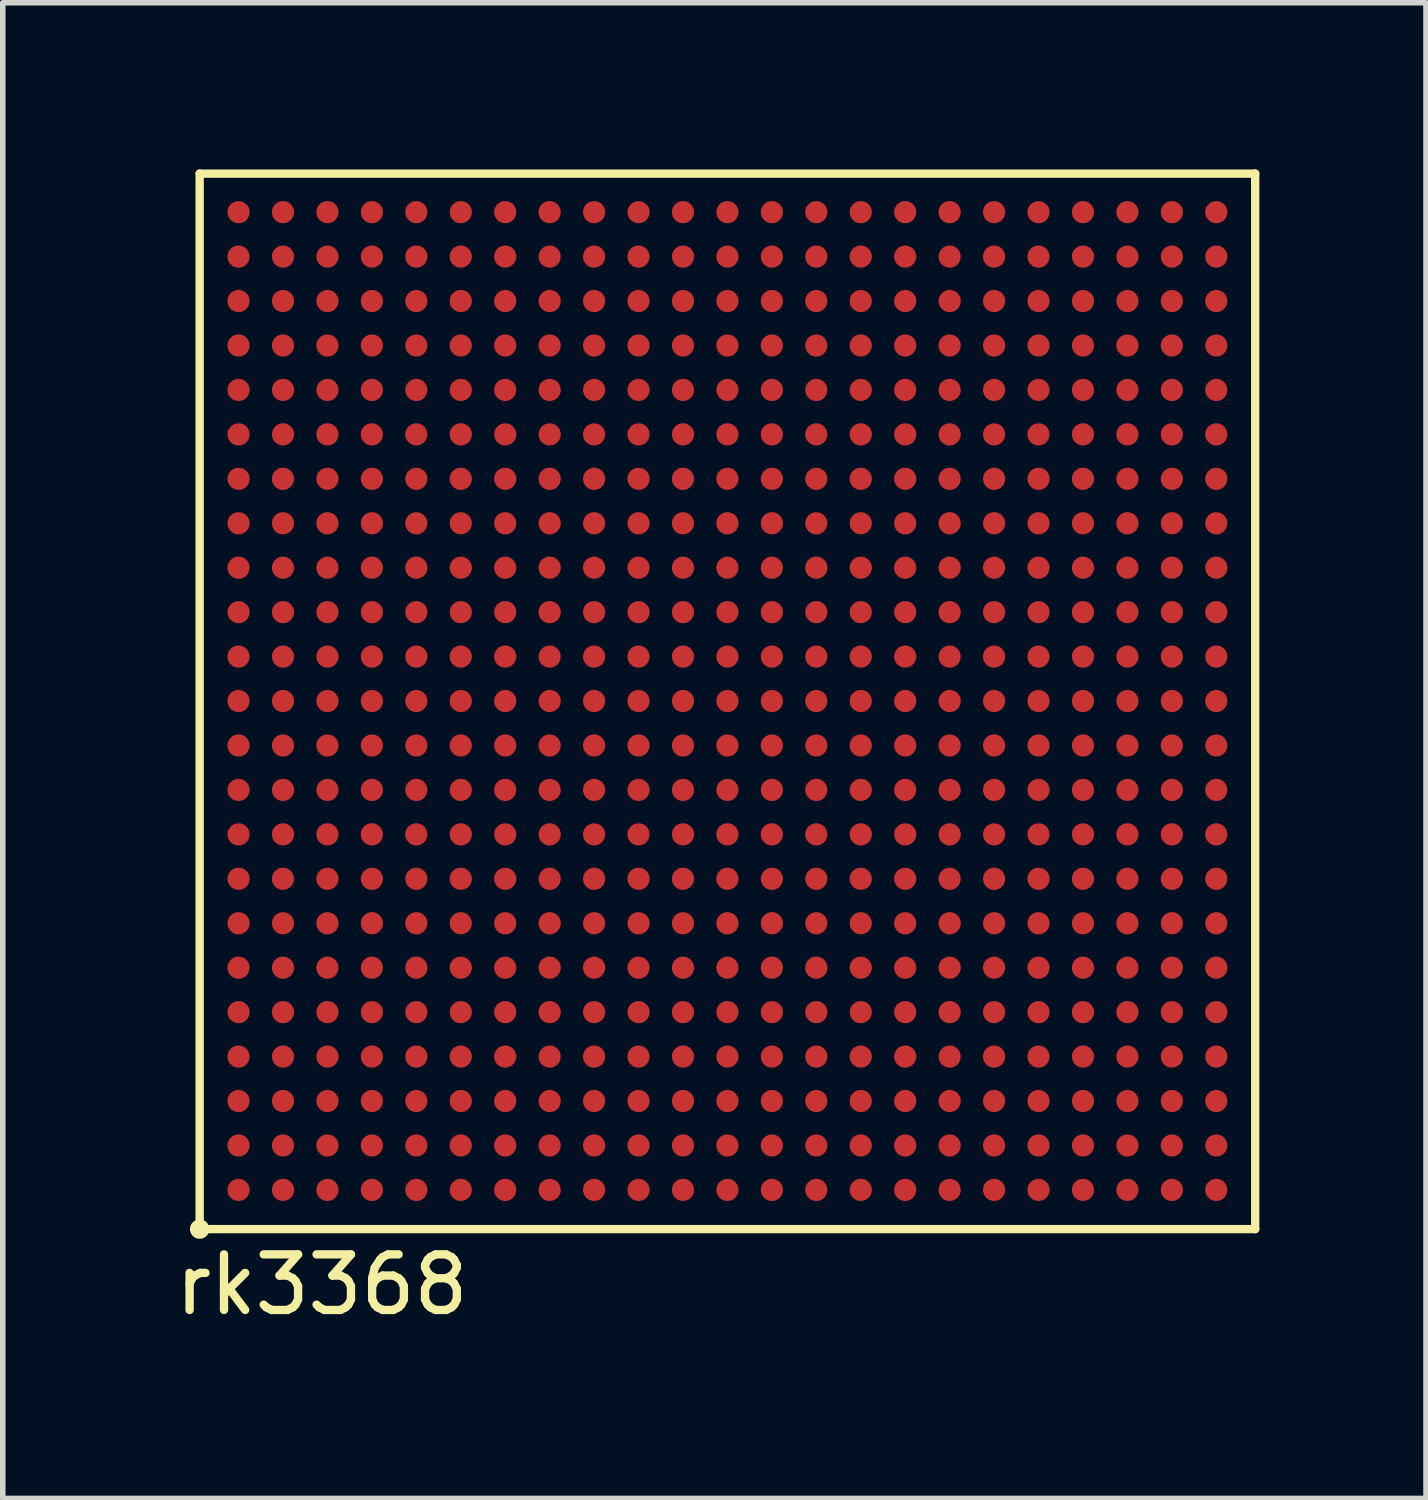
<source format=kicad_pcb>
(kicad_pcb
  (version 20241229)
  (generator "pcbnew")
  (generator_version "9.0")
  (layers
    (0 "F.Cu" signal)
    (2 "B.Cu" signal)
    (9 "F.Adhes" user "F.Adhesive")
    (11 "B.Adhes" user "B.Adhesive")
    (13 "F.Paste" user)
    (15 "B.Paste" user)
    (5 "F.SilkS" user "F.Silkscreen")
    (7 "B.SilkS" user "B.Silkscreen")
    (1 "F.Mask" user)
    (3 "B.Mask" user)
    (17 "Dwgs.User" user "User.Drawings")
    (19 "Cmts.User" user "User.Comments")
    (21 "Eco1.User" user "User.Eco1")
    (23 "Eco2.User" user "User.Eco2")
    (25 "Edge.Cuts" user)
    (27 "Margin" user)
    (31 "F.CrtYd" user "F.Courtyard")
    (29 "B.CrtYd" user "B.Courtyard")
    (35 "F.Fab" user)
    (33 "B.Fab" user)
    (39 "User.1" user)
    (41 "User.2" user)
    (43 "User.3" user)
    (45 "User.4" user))
  (footprint "rk3368"
    (layer "F.Cu")
    (at 0.544 19.075)
    (property "Reference" "rk3368" (at 2.2 1 180) (layer "F.SilkS") (effects (font (size 1 1) (thickness 0.15))))
    (attr through_hole)
    (fp_line (start 0 -19) (end 19 -19) (stroke (width 0.15) (type solid)) (layer "F.SilkS"))
    (fp_line (start 0 0) (end 0 -19) (stroke (width 0.15) (type solid)) (layer "F.SilkS"))
    (fp_line (start 19 -19) (end 19 0) (stroke (width 0.15) (type solid)) (layer "F.SilkS"))
    (fp_line (start 19 0) (end 0 0) (stroke (width 0.15) (type solid)) (layer "F.SilkS"))
    (fp_circle (center 0 0) (end 0.1 0) (stroke (width 0.15) (type solid)) (fill no) (layer "F.SilkS"))
    (pad "A1" smd circle (at 0.7 -0.706 180) (size 0.4 0.4) (layers "F.Cu" "F.Mask" "F.Paste"))
    (pad "A2" smd circle (at 1.5 -0.706 180) (size 0.4 0.4) (layers "F.Cu" "F.Mask" "F.Paste"))
    (pad "A3" smd circle (at 2.3 -0.706 180) (size 0.4 0.4) (layers "F.Cu" "F.Mask" "F.Paste"))
    (pad "A4" smd circle (at 3.1 -0.706 180) (size 0.4 0.4) (layers "F.Cu" "F.Mask" "F.Paste"))
    (pad "A5" smd circle (at 3.9 -0.706 180) (size 0.4 0.4) (layers "F.Cu" "F.Mask" "F.Paste"))
    (pad "A6" smd circle (at 4.7 -0.706 180) (size 0.4 0.4) (layers "F.Cu" "F.Mask" "F.Paste"))
    (pad "A7" smd circle (at 5.5 -0.706 180) (size 0.4 0.4) (layers "F.Cu" "F.Mask" "F.Paste"))
    (pad "A8" smd circle (at 6.3 -0.706 180) (size 0.4 0.4) (layers "F.Cu" "F.Mask" "F.Paste"))
    (pad "A9" smd circle (at 7.1 -0.706 180) (size 0.4 0.4) (layers "F.Cu" "F.Mask" "F.Paste"))
    (pad "A10" smd circle (at 7.9 -0.706 180) (size 0.4 0.4) (layers "F.Cu" "F.Mask" "F.Paste"))
    (pad "A11" smd circle (at 8.7 -0.706 180) (size 0.4 0.4) (layers "F.Cu" "F.Mask" "F.Paste"))
    (pad "A12" smd circle (at 9.5 -0.706 180) (size 0.4 0.4) (layers "F.Cu" "F.Mask" "F.Paste"))
    (pad "A13" smd circle (at 10.3 -0.706 180) (size 0.4 0.4) (layers "F.Cu" "F.Mask" "F.Paste"))
    (pad "A14" smd circle (at 11.1 -0.706 180) (size 0.4 0.4) (layers "F.Cu" "F.Mask" "F.Paste"))
    (pad "A15" smd circle (at 11.9 -0.706 180) (size 0.4 0.4) (layers "F.Cu" "F.Mask" "F.Paste"))
    (pad "A16" smd circle (at 12.7 -0.706 180) (size 0.4 0.4) (layers "F.Cu" "F.Mask" "F.Paste"))
    (pad "A17" smd circle (at 13.5 -0.706 180) (size 0.4 0.4) (layers "F.Cu" "F.Mask" "F.Paste"))
    (pad "A18" smd circle (at 14.3 -0.706 180) (size 0.4 0.4) (layers "F.Cu" "F.Mask" "F.Paste"))
    (pad "A19" smd circle (at 15.1 -0.706 180) (size 0.4 0.4) (layers "F.Cu" "F.Mask" "F.Paste"))
    (pad "A20" smd circle (at 15.9 -0.706 180) (size 0.4 0.4) (layers "F.Cu" "F.Mask" "F.Paste"))
    (pad "A21" smd circle (at 16.7 -0.706 180) (size 0.4 0.4) (layers "F.Cu" "F.Mask" "F.Paste"))
    (pad "A22" smd circle (at 17.5 -0.706 180) (size 0.4 0.4) (layers "F.Cu" "F.Mask" "F.Paste"))
    (pad "A23" smd circle (at 18.3 -0.706 180) (size 0.4 0.4) (layers "F.Cu" "F.Mask" "F.Paste"))
    (pad "AA1" smd circle (at 0.7 -16.706 180) (size 0.4 0.4) (layers "F.Cu" "F.Mask" "F.Paste"))
    (pad "AA2" smd circle (at 1.5 -16.706 180) (size 0.4 0.4) (layers "F.Cu" "F.Mask" "F.Paste"))
    (pad "AA3" smd circle (at 2.3 -16.706 180) (size 0.4 0.4) (layers "F.Cu" "F.Mask" "F.Paste"))
    (pad "AA4" smd circle (at 3.1 -16.706 180) (size 0.4 0.4) (layers "F.Cu" "F.Mask" "F.Paste"))
    (pad "AA5" smd circle (at 3.9 -16.706 180) (size 0.4 0.4) (layers "F.Cu" "F.Mask" "F.Paste"))
    (pad "AA6" smd circle (at 4.7 -16.706 180) (size 0.4 0.4) (layers "F.Cu" "F.Mask" "F.Paste"))
    (pad "AA7" smd circle (at 5.5 -16.706 180) (size 0.4 0.4) (layers "F.Cu" "F.Mask" "F.Paste"))
    (pad "AA8" smd circle (at 6.3 -16.706 180) (size 0.4 0.4) (layers "F.Cu" "F.Mask" "F.Paste"))
    (pad "AA9" smd circle (at 7.1 -16.706 180) (size 0.4 0.4) (layers "F.Cu" "F.Mask" "F.Paste"))
    (pad "AA10" smd circle (at 7.9 -16.706 180) (size 0.4 0.4) (layers "F.Cu" "F.Mask" "F.Paste"))
    (pad "AA11" smd circle (at 8.7 -16.706 180) (size 0.4 0.4) (layers "F.Cu" "F.Mask" "F.Paste"))
    (pad "AA12" smd circle (at 9.5 -16.706 180) (size 0.4 0.4) (layers "F.Cu" "F.Mask" "F.Paste"))
    (pad "AA13" smd circle (at 10.3 -16.706 180) (size 0.4 0.4) (layers "F.Cu" "F.Mask" "F.Paste"))
    (pad "AA14" smd circle (at 11.1 -16.706 180) (size 0.4 0.4) (layers "F.Cu" "F.Mask" "F.Paste"))
    (pad "AA15" smd circle (at 11.9 -16.706 180) (size 0.4 0.4) (layers "F.Cu" "F.Mask" "F.Paste"))
    (pad "AA16" smd circle (at 12.7 -16.706 180) (size 0.4 0.4) (layers "F.Cu" "F.Mask" "F.Paste"))
    (pad "AA17" smd circle (at 13.5 -16.706 180) (size 0.4 0.4) (layers "F.Cu" "F.Mask" "F.Paste"))
    (pad "AA18" smd circle (at 14.3 -16.706 180) (size 0.4 0.4) (layers "F.Cu" "F.Mask" "F.Paste"))
    (pad "AA19" smd circle (at 15.1 -16.706 180) (size 0.4 0.4) (layers "F.Cu" "F.Mask" "F.Paste"))
    (pad "AA20" smd circle (at 15.9 -16.706 180) (size 0.4 0.4) (layers "F.Cu" "F.Mask" "F.Paste"))
    (pad "AA21" smd circle (at 16.7 -16.706 180) (size 0.4 0.4) (layers "F.Cu" "F.Mask" "F.Paste"))
    (pad "AA22" smd circle (at 17.5 -16.706 180) (size 0.4 0.4) (layers "F.Cu" "F.Mask" "F.Paste"))
    (pad "AA23" smd circle (at 18.3 -16.706 180) (size 0.4 0.4) (layers "F.Cu" "F.Mask" "F.Paste"))
    (pad "AB1" smd circle (at 0.7 -17.506 180) (size 0.4 0.4) (layers "F.Cu" "F.Mask" "F.Paste"))
    (pad "AB2" smd circle (at 1.5 -17.506 180) (size 0.4 0.4) (layers "F.Cu" "F.Mask" "F.Paste"))
    (pad "AB3" smd circle (at 2.3 -17.506 180) (size 0.4 0.4) (layers "F.Cu" "F.Mask" "F.Paste"))
    (pad "AB4" smd circle (at 3.1 -17.506 180) (size 0.4 0.4) (layers "F.Cu" "F.Mask" "F.Paste"))
    (pad "AB5" smd circle (at 3.9 -17.506 180) (size 0.4 0.4) (layers "F.Cu" "F.Mask" "F.Paste"))
    (pad "AB6" smd circle (at 4.7 -17.506 180) (size 0.4 0.4) (layers "F.Cu" "F.Mask" "F.Paste"))
    (pad "AB7" smd circle (at 5.5 -17.506 180) (size 0.4 0.4) (layers "F.Cu" "F.Mask" "F.Paste"))
    (pad "AB8" smd circle (at 6.3 -17.506 180) (size 0.4 0.4) (layers "F.Cu" "F.Mask" "F.Paste"))
    (pad "AB9" smd circle (at 7.1 -17.506 180) (size 0.4 0.4) (layers "F.Cu" "F.Mask" "F.Paste"))
    (pad "AB10" smd circle (at 7.9 -17.506 180) (size 0.4 0.4) (layers "F.Cu" "F.Mask" "F.Paste"))
    (pad "AB11" smd circle (at 8.7 -17.506 180) (size 0.4 0.4) (layers "F.Cu" "F.Mask" "F.Paste"))
    (pad "AB12" smd circle (at 9.5 -17.506 180) (size 0.4 0.4) (layers "F.Cu" "F.Mask" "F.Paste"))
    (pad "AB13" smd circle (at 10.3 -17.506 180) (size 0.4 0.4) (layers "F.Cu" "F.Mask" "F.Paste"))
    (pad "AB14" smd circle (at 11.1 -17.506 180) (size 0.4 0.4) (layers "F.Cu" "F.Mask" "F.Paste"))
    (pad "AB15" smd circle (at 11.9 -17.506 180) (size 0.4 0.4) (layers "F.Cu" "F.Mask" "F.Paste"))
    (pad "AB16" smd circle (at 12.7 -17.506 180) (size 0.4 0.4) (layers "F.Cu" "F.Mask" "F.Paste"))
    (pad "AB17" smd circle (at 13.5 -17.506 180) (size 0.4 0.4) (layers "F.Cu" "F.Mask" "F.Paste"))
    (pad "AB18" smd circle (at 14.3 -17.506 180) (size 0.4 0.4) (layers "F.Cu" "F.Mask" "F.Paste"))
    (pad "AB19" smd circle (at 15.1 -17.506 180) (size 0.4 0.4) (layers "F.Cu" "F.Mask" "F.Paste"))
    (pad "AB20" smd circle (at 15.9 -17.506 180) (size 0.4 0.4) (layers "F.Cu" "F.Mask" "F.Paste"))
    (pad "AB21" smd circle (at 16.7 -17.506 180) (size 0.4 0.4) (layers "F.Cu" "F.Mask" "F.Paste"))
    (pad "AB22" smd circle (at 17.5 -17.506 180) (size 0.4 0.4) (layers "F.Cu" "F.Mask" "F.Paste"))
    (pad "AB23" smd circle (at 18.3 -17.506 180) (size 0.4 0.4) (layers "F.Cu" "F.Mask" "F.Paste"))
    (pad "AC1" smd circle (at 0.7 -18.306 180) (size 0.4 0.4) (layers "F.Cu" "F.Mask" "F.Paste"))
    (pad "AC2" smd circle (at 1.5 -18.306 180) (size 0.4 0.4) (layers "F.Cu" "F.Mask" "F.Paste"))
    (pad "AC3" smd circle (at 2.3 -18.306 180) (size 0.4 0.4) (layers "F.Cu" "F.Mask" "F.Paste"))
    (pad "AC4" smd circle (at 3.1 -18.306 180) (size 0.4 0.4) (layers "F.Cu" "F.Mask" "F.Paste"))
    (pad "AC5" smd circle (at 3.9 -18.306 180) (size 0.4 0.4) (layers "F.Cu" "F.Mask" "F.Paste"))
    (pad "AC6" smd circle (at 4.7 -18.306 180) (size 0.4 0.4) (layers "F.Cu" "F.Mask" "F.Paste"))
    (pad "AC7" smd circle (at 5.5 -18.306 180) (size 0.4 0.4) (layers "F.Cu" "F.Mask" "F.Paste"))
    (pad "AC8" smd circle (at 6.3 -18.306 180) (size 0.4 0.4) (layers "F.Cu" "F.Mask" "F.Paste"))
    (pad "AC9" smd circle (at 7.1 -18.306 180) (size 0.4 0.4) (layers "F.Cu" "F.Mask" "F.Paste"))
    (pad "AC10" smd circle (at 7.9 -18.306 180) (size 0.4 0.4) (layers "F.Cu" "F.Mask" "F.Paste"))
    (pad "AC11" smd circle (at 8.7 -18.306 180) (size 0.4 0.4) (layers "F.Cu" "F.Mask" "F.Paste"))
    (pad "AC12" smd circle (at 9.5 -18.306 180) (size 0.4 0.4) (layers "F.Cu" "F.Mask" "F.Paste"))
    (pad "AC13" smd circle (at 10.3 -18.306 180) (size 0.4 0.4) (layers "F.Cu" "F.Mask" "F.Paste"))
    (pad "AC14" smd circle (at 11.1 -18.306 180) (size 0.4 0.4) (layers "F.Cu" "F.Mask" "F.Paste"))
    (pad "AC15" smd circle (at 11.9 -18.306 180) (size 0.4 0.4) (layers "F.Cu" "F.Mask" "F.Paste"))
    (pad "AC16" smd circle (at 12.7 -18.306 180) (size 0.4 0.4) (layers "F.Cu" "F.Mask" "F.Paste"))
    (pad "AC17" smd circle (at 13.5 -18.306 180) (size 0.4 0.4) (layers "F.Cu" "F.Mask" "F.Paste"))
    (pad "AC18" smd circle (at 14.3 -18.306 180) (size 0.4 0.4) (layers "F.Cu" "F.Mask" "F.Paste"))
    (pad "AC19" smd circle (at 15.1 -18.306 180) (size 0.4 0.4) (layers "F.Cu" "F.Mask" "F.Paste"))
    (pad "AC20" smd circle (at 15.9 -18.306 180) (size 0.4 0.4) (layers "F.Cu" "F.Mask" "F.Paste"))
    (pad "AC21" smd circle (at 16.7 -18.306 180) (size 0.4 0.4) (layers "F.Cu" "F.Mask" "F.Paste"))
    (pad "AC22" smd circle (at 17.5 -18.306 180) (size 0.4 0.4) (layers "F.Cu" "F.Mask" "F.Paste"))
    (pad "AC23" smd circle (at 18.3 -18.306 180) (size 0.4 0.4) (layers "F.Cu" "F.Mask" "F.Paste"))
    (pad "B1" smd circle (at 0.7 -1.506 180) (size 0.4 0.4) (layers "F.Cu" "F.Mask" "F.Paste"))
    (pad "B2" smd circle (at 1.5 -1.506 180) (size 0.4 0.4) (layers "F.Cu" "F.Mask" "F.Paste"))
    (pad "B3" smd circle (at 2.3 -1.506 180) (size 0.4 0.4) (layers "F.Cu" "F.Mask" "F.Paste"))
    (pad "B4" smd circle (at 3.1 -1.506 180) (size 0.4 0.4) (layers "F.Cu" "F.Mask" "F.Paste"))
    (pad "B5" smd circle (at 3.9 -1.506 180) (size 0.4 0.4) (layers "F.Cu" "F.Mask" "F.Paste"))
    (pad "B6" smd circle (at 4.7 -1.506 180) (size 0.4 0.4) (layers "F.Cu" "F.Mask" "F.Paste"))
    (pad "B7" smd circle (at 5.5 -1.506 180) (size 0.4 0.4) (layers "F.Cu" "F.Mask" "F.Paste"))
    (pad "B8" smd circle (at 6.3 -1.506 180) (size 0.4 0.4) (layers "F.Cu" "F.Mask" "F.Paste"))
    (pad "B9" smd circle (at 7.1 -1.506 180) (size 0.4 0.4) (layers "F.Cu" "F.Mask" "F.Paste"))
    (pad "B10" smd circle (at 7.9 -1.506 180) (size 0.4 0.4) (layers "F.Cu" "F.Mask" "F.Paste"))
    (pad "B11" smd circle (at 8.7 -1.506 180) (size 0.4 0.4) (layers "F.Cu" "F.Mask" "F.Paste"))
    (pad "B12" smd circle (at 9.5 -1.506 180) (size 0.4 0.4) (layers "F.Cu" "F.Mask" "F.Paste"))
    (pad "B13" smd circle (at 10.3 -1.506 180) (size 0.4 0.4) (layers "F.Cu" "F.Mask" "F.Paste"))
    (pad "B14" smd circle (at 11.1 -1.506 180) (size 0.4 0.4) (layers "F.Cu" "F.Mask" "F.Paste"))
    (pad "B15" smd circle (at 11.9 -1.506 180) (size 0.4 0.4) (layers "F.Cu" "F.Mask" "F.Paste"))
    (pad "B16" smd circle (at 12.7 -1.506 180) (size 0.4 0.4) (layers "F.Cu" "F.Mask" "F.Paste"))
    (pad "B17" smd circle (at 13.5 -1.506 180) (size 0.4 0.4) (layers "F.Cu" "F.Mask" "F.Paste"))
    (pad "B18" smd circle (at 14.3 -1.506 180) (size 0.4 0.4) (layers "F.Cu" "F.Mask" "F.Paste"))
    (pad "B19" smd circle (at 15.1 -1.506 180) (size 0.4 0.4) (layers "F.Cu" "F.Mask" "F.Paste"))
    (pad "B20" smd circle (at 15.9 -1.506 180) (size 0.4 0.4) (layers "F.Cu" "F.Mask" "F.Paste"))
    (pad "B21" smd circle (at 16.7 -1.506 180) (size 0.4 0.4) (layers "F.Cu" "F.Mask" "F.Paste"))
    (pad "B22" smd circle (at 17.5 -1.506 180) (size 0.4 0.4) (layers "F.Cu" "F.Mask" "F.Paste"))
    (pad "B23" smd circle (at 18.3 -1.506 180) (size 0.4 0.4) (layers "F.Cu" "F.Mask" "F.Paste"))
    (pad "C1" smd circle (at 0.7 -2.306 180) (size 0.4 0.4) (layers "F.Cu" "F.Mask" "F.Paste"))
    (pad "C2" smd circle (at 1.5 -2.306 180) (size 0.4 0.4) (layers "F.Cu" "F.Mask" "F.Paste"))
    (pad "C3" smd circle (at 2.3 -2.306 180) (size 0.4 0.4) (layers "F.Cu" "F.Mask" "F.Paste"))
    (pad "C4" smd circle (at 3.1 -2.306 180) (size 0.4 0.4) (layers "F.Cu" "F.Mask" "F.Paste"))
    (pad "C5" smd circle (at 3.9 -2.306 180) (size 0.4 0.4) (layers "F.Cu" "F.Mask" "F.Paste"))
    (pad "C6" smd circle (at 4.7 -2.306 180) (size 0.4 0.4) (layers "F.Cu" "F.Mask" "F.Paste"))
    (pad "C7" smd circle (at 5.5 -2.306 180) (size 0.4 0.4) (layers "F.Cu" "F.Mask" "F.Paste"))
    (pad "C8" smd circle (at 6.3 -2.306 180) (size 0.4 0.4) (layers "F.Cu" "F.Mask" "F.Paste"))
    (pad "C9" smd circle (at 7.1 -2.306 180) (size 0.4 0.4) (layers "F.Cu" "F.Mask" "F.Paste"))
    (pad "C10" smd circle (at 7.9 -2.306 180) (size 0.4 0.4) (layers "F.Cu" "F.Mask" "F.Paste"))
    (pad "C11" smd circle (at 8.7 -2.306 180) (size 0.4 0.4) (layers "F.Cu" "F.Mask" "F.Paste"))
    (pad "C12" smd circle (at 9.5 -2.306 180) (size 0.4 0.4) (layers "F.Cu" "F.Mask" "F.Paste"))
    (pad "C13" smd circle (at 10.3 -2.306 180) (size 0.4 0.4) (layers "F.Cu" "F.Mask" "F.Paste"))
    (pad "C14" smd circle (at 11.1 -2.306 180) (size 0.4 0.4) (layers "F.Cu" "F.Mask" "F.Paste"))
    (pad "C15" smd circle (at 11.9 -2.306 180) (size 0.4 0.4) (layers "F.Cu" "F.Mask" "F.Paste"))
    (pad "C16" smd circle (at 12.7 -2.306 180) (size 0.4 0.4) (layers "F.Cu" "F.Mask" "F.Paste"))
    (pad "C17" smd circle (at 13.5 -2.306 180) (size 0.4 0.4) (layers "F.Cu" "F.Mask" "F.Paste"))
    (pad "C18" smd circle (at 14.3 -2.306 180) (size 0.4 0.4) (layers "F.Cu" "F.Mask" "F.Paste"))
    (pad "C19" smd circle (at 15.1 -2.306 180) (size 0.4 0.4) (layers "F.Cu" "F.Mask" "F.Paste"))
    (pad "C20" smd circle (at 15.9 -2.306 180) (size 0.4 0.4) (layers "F.Cu" "F.Mask" "F.Paste"))
    (pad "C21" smd circle (at 16.7 -2.306 180) (size 0.4 0.4) (layers "F.Cu" "F.Mask" "F.Paste"))
    (pad "C22" smd circle (at 17.5 -2.306 180) (size 0.4 0.4) (layers "F.Cu" "F.Mask" "F.Paste"))
    (pad "C23" smd circle (at 18.3 -2.306 180) (size 0.4 0.4) (layers "F.Cu" "F.Mask" "F.Paste"))
    (pad "D1" smd circle (at 0.7 -3.106 180) (size 0.4 0.4) (layers "F.Cu" "F.Mask" "F.Paste"))
    (pad "D2" smd circle (at 1.5 -3.106 180) (size 0.4 0.4) (layers "F.Cu" "F.Mask" "F.Paste"))
    (pad "D3" smd circle (at 2.3 -3.106 180) (size 0.4 0.4) (layers "F.Cu" "F.Mask" "F.Paste"))
    (pad "D4" smd circle (at 3.1 -3.106 180) (size 0.4 0.4) (layers "F.Cu" "F.Mask" "F.Paste"))
    (pad "D5" smd circle (at 3.9 -3.106 180) (size 0.4 0.4) (layers "F.Cu" "F.Mask" "F.Paste"))
    (pad "D6" smd circle (at 4.7 -3.106 180) (size 0.4 0.4) (layers "F.Cu" "F.Mask" "F.Paste"))
    (pad "D7" smd circle (at 5.5 -3.106 180) (size 0.4 0.4) (layers "F.Cu" "F.Mask" "F.Paste"))
    (pad "D8" smd circle (at 6.3 -3.106 180) (size 0.4 0.4) (layers "F.Cu" "F.Mask" "F.Paste"))
    (pad "D9" smd circle (at 7.1 -3.106 180) (size 0.4 0.4) (layers "F.Cu" "F.Mask" "F.Paste"))
    (pad "D10" smd circle (at 7.9 -3.106 180) (size 0.4 0.4) (layers "F.Cu" "F.Mask" "F.Paste"))
    (pad "D11" smd circle (at 8.7 -3.106 180) (size 0.4 0.4) (layers "F.Cu" "F.Mask" "F.Paste"))
    (pad "D12" smd circle (at 9.5 -3.106 180) (size 0.4 0.4) (layers "F.Cu" "F.Mask" "F.Paste"))
    (pad "D13" smd circle (at 10.3 -3.106 180) (size 0.4 0.4) (layers "F.Cu" "F.Mask" "F.Paste"))
    (pad "D14" smd circle (at 11.1 -3.106 180) (size 0.4 0.4) (layers "F.Cu" "F.Mask" "F.Paste"))
    (pad "D15" smd circle (at 11.9 -3.106 180) (size 0.4 0.4) (layers "F.Cu" "F.Mask" "F.Paste"))
    (pad "D16" smd circle (at 12.7 -3.106 180) (size 0.4 0.4) (layers "F.Cu" "F.Mask" "F.Paste"))
    (pad "D17" smd circle (at 13.5 -3.106 180) (size 0.4 0.4) (layers "F.Cu" "F.Mask" "F.Paste"))
    (pad "D18" smd circle (at 14.3 -3.106 180) (size 0.4 0.4) (layers "F.Cu" "F.Mask" "F.Paste"))
    (pad "D19" smd circle (at 15.1 -3.106 180) (size 0.4 0.4) (layers "F.Cu" "F.Mask" "F.Paste"))
    (pad "D20" smd circle (at 15.9 -3.106 180) (size 0.4 0.4) (layers "F.Cu" "F.Mask" "F.Paste"))
    (pad "D21" smd circle (at 16.7 -3.106 180) (size 0.4 0.4) (layers "F.Cu" "F.Mask" "F.Paste"))
    (pad "D22" smd circle (at 17.5 -3.106 180) (size 0.4 0.4) (layers "F.Cu" "F.Mask" "F.Paste"))
    (pad "D23" smd circle (at 18.3 -3.106 180) (size 0.4 0.4) (layers "F.Cu" "F.Mask" "F.Paste"))
    (pad "E1" smd circle (at 0.7 -3.906 180) (size 0.4 0.4) (layers "F.Cu" "F.Mask" "F.Paste"))
    (pad "E2" smd circle (at 1.5 -3.906 180) (size 0.4 0.4) (layers "F.Cu" "F.Mask" "F.Paste"))
    (pad "E3" smd circle (at 2.3 -3.906 180) (size 0.4 0.4) (layers "F.Cu" "F.Mask" "F.Paste"))
    (pad "E4" smd circle (at 3.1 -3.906 180) (size 0.4 0.4) (layers "F.Cu" "F.Mask" "F.Paste"))
    (pad "E5" smd circle (at 3.9 -3.906 180) (size 0.4 0.4) (layers "F.Cu" "F.Mask" "F.Paste"))
    (pad "E6" smd circle (at 4.7 -3.906 180) (size 0.4 0.4) (layers "F.Cu" "F.Mask" "F.Paste"))
    (pad "E7" smd circle (at 5.5 -3.906 180) (size 0.4 0.4) (layers "F.Cu" "F.Mask" "F.Paste"))
    (pad "E8" smd circle (at 6.3 -3.906 180) (size 0.4 0.4) (layers "F.Cu" "F.Mask" "F.Paste"))
    (pad "E9" smd circle (at 7.1 -3.906 180) (size 0.4 0.4) (layers "F.Cu" "F.Mask" "F.Paste"))
    (pad "E10" smd circle (at 7.9 -3.906 180) (size 0.4 0.4) (layers "F.Cu" "F.Mask" "F.Paste"))
    (pad "E11" smd circle (at 8.7 -3.906 180) (size 0.4 0.4) (layers "F.Cu" "F.Mask" "F.Paste"))
    (pad "E12" smd circle (at 9.5 -3.906 180) (size 0.4 0.4) (layers "F.Cu" "F.Mask" "F.Paste"))
    (pad "E13" smd circle (at 10.3 -3.906 180) (size 0.4 0.4) (layers "F.Cu" "F.Mask" "F.Paste"))
    (pad "E14" smd circle (at 11.1 -3.906 180) (size 0.4 0.4) (layers "F.Cu" "F.Mask" "F.Paste"))
    (pad "E15" smd circle (at 11.9 -3.906 180) (size 0.4 0.4) (layers "F.Cu" "F.Mask" "F.Paste"))
    (pad "E16" smd circle (at 12.7 -3.906 180) (size 0.4 0.4) (layers "F.Cu" "F.Mask" "F.Paste"))
    (pad "E17" smd circle (at 13.5 -3.906 180) (size 0.4 0.4) (layers "F.Cu" "F.Mask" "F.Paste"))
    (pad "E18" smd circle (at 14.3 -3.906 180) (size 0.4 0.4) (layers "F.Cu" "F.Mask" "F.Paste"))
    (pad "E19" smd circle (at 15.1 -3.906 180) (size 0.4 0.4) (layers "F.Cu" "F.Mask" "F.Paste"))
    (pad "E20" smd circle (at 15.9 -3.906 180) (size 0.4 0.4) (layers "F.Cu" "F.Mask" "F.Paste"))
    (pad "E21" smd circle (at 16.7 -3.906 180) (size 0.4 0.4) (layers "F.Cu" "F.Mask" "F.Paste"))
    (pad "E22" smd circle (at 17.5 -3.906 180) (size 0.4 0.4) (layers "F.Cu" "F.Mask" "F.Paste"))
    (pad "E23" smd circle (at 18.3 -3.906 180) (size 0.4 0.4) (layers "F.Cu" "F.Mask" "F.Paste"))
    (pad "F1" smd circle (at 0.7 -4.706 180) (size 0.4 0.4) (layers "F.Cu" "F.Mask" "F.Paste"))
    (pad "F2" smd circle (at 1.5 -4.706 180) (size 0.4 0.4) (layers "F.Cu" "F.Mask" "F.Paste"))
    (pad "F3" smd circle (at 2.3 -4.706 180) (size 0.4 0.4) (layers "F.Cu" "F.Mask" "F.Paste"))
    (pad "F4" smd circle (at 3.1 -4.706 180) (size 0.4 0.4) (layers "F.Cu" "F.Mask" "F.Paste"))
    (pad "F5" smd circle (at 3.9 -4.706 180) (size 0.4 0.4) (layers "F.Cu" "F.Mask" "F.Paste"))
    (pad "F6" smd circle (at 4.7 -4.706 180) (size 0.4 0.4) (layers "F.Cu" "F.Mask" "F.Paste"))
    (pad "F7" smd circle (at 5.5 -4.706 180) (size 0.4 0.4) (layers "F.Cu" "F.Mask" "F.Paste"))
    (pad "F8" smd circle (at 6.3 -4.706 180) (size 0.4 0.4) (layers "F.Cu" "F.Mask" "F.Paste"))
    (pad "F9" smd circle (at 7.1 -4.706 180) (size 0.4 0.4) (layers "F.Cu" "F.Mask" "F.Paste"))
    (pad "F10" smd circle (at 7.9 -4.706 180) (size 0.4 0.4) (layers "F.Cu" "F.Mask" "F.Paste"))
    (pad "F11" smd circle (at 8.7 -4.706 180) (size 0.4 0.4) (layers "F.Cu" "F.Mask" "F.Paste"))
    (pad "F12" smd circle (at 9.5 -4.706 180) (size 0.4 0.4) (layers "F.Cu" "F.Mask" "F.Paste"))
    (pad "F13" smd circle (at 10.3 -4.706 180) (size 0.4 0.4) (layers "F.Cu" "F.Mask" "F.Paste"))
    (pad "F14" smd circle (at 11.1 -4.706 180) (size 0.4 0.4) (layers "F.Cu" "F.Mask" "F.Paste"))
    (pad "F15" smd circle (at 11.9 -4.706 180) (size 0.4 0.4) (layers "F.Cu" "F.Mask" "F.Paste"))
    (pad "F16" smd circle (at 12.7 -4.706 180) (size 0.4 0.4) (layers "F.Cu" "F.Mask" "F.Paste"))
    (pad "F17" smd circle (at 13.5 -4.706 180) (size 0.4 0.4) (layers "F.Cu" "F.Mask" "F.Paste"))
    (pad "F18" smd circle (at 14.3 -4.706 180) (size 0.4 0.4) (layers "F.Cu" "F.Mask" "F.Paste"))
    (pad "F19" smd circle (at 15.1 -4.706 180) (size 0.4 0.4) (layers "F.Cu" "F.Mask" "F.Paste"))
    (pad "F20" smd circle (at 15.9 -4.706 180) (size 0.4 0.4) (layers "F.Cu" "F.Mask" "F.Paste"))
    (pad "F21" smd circle (at 16.7 -4.706 180) (size 0.4 0.4) (layers "F.Cu" "F.Mask" "F.Paste"))
    (pad "F22" smd circle (at 17.5 -4.706 180) (size 0.4 0.4) (layers "F.Cu" "F.Mask" "F.Paste"))
    (pad "F23" smd circle (at 18.3 -4.706 180) (size 0.4 0.4) (layers "F.Cu" "F.Mask" "F.Paste"))
    (pad "G1" smd circle (at 0.7 -5.506 180) (size 0.4 0.4) (layers "F.Cu" "F.Mask" "F.Paste"))
    (pad "G2" smd circle (at 1.5 -5.506 180) (size 0.4 0.4) (layers "F.Cu" "F.Mask" "F.Paste"))
    (pad "G3" smd circle (at 2.3 -5.506 180) (size 0.4 0.4) (layers "F.Cu" "F.Mask" "F.Paste"))
    (pad "G4" smd circle (at 3.1 -5.506 180) (size 0.4 0.4) (layers "F.Cu" "F.Mask" "F.Paste"))
    (pad "G5" smd circle (at 3.9 -5.506 180) (size 0.4 0.4) (layers "F.Cu" "F.Mask" "F.Paste"))
    (pad "G6" smd circle (at 4.7 -5.506 180) (size 0.4 0.4) (layers "F.Cu" "F.Mask" "F.Paste"))
    (pad "G7" smd circle (at 5.5 -5.506 180) (size 0.4 0.4) (layers "F.Cu" "F.Mask" "F.Paste"))
    (pad "G8" smd circle (at 6.3 -5.506 180) (size 0.4 0.4) (layers "F.Cu" "F.Mask" "F.Paste"))
    (pad "G9" smd circle (at 7.1 -5.506 180) (size 0.4 0.4) (layers "F.Cu" "F.Mask" "F.Paste"))
    (pad "G10" smd circle (at 7.9 -5.506 180) (size 0.4 0.4) (layers "F.Cu" "F.Mask" "F.Paste"))
    (pad "G11" smd circle (at 8.7 -5.506 180) (size 0.4 0.4) (layers "F.Cu" "F.Mask" "F.Paste"))
    (pad "G12" smd circle (at 9.5 -5.506 180) (size 0.4 0.4) (layers "F.Cu" "F.Mask" "F.Paste"))
    (pad "G13" smd circle (at 10.3 -5.506 180) (size 0.4 0.4) (layers "F.Cu" "F.Mask" "F.Paste"))
    (pad "G14" smd circle (at 11.1 -5.506 180) (size 0.4 0.4) (layers "F.Cu" "F.Mask" "F.Paste"))
    (pad "G15" smd circle (at 11.9 -5.506 180) (size 0.4 0.4) (layers "F.Cu" "F.Mask" "F.Paste"))
    (pad "G16" smd circle (at 12.7 -5.506 180) (size 0.4 0.4) (layers "F.Cu" "F.Mask" "F.Paste"))
    (pad "G17" smd circle (at 13.5 -5.506 180) (size 0.4 0.4) (layers "F.Cu" "F.Mask" "F.Paste"))
    (pad "G18" smd circle (at 14.3 -5.506 180) (size 0.4 0.4) (layers "F.Cu" "F.Mask" "F.Paste"))
    (pad "G19" smd circle (at 15.1 -5.506 180) (size 0.4 0.4) (layers "F.Cu" "F.Mask" "F.Paste"))
    (pad "G20" smd circle (at 15.9 -5.506 180) (size 0.4 0.4) (layers "F.Cu" "F.Mask" "F.Paste"))
    (pad "G21" smd circle (at 16.7 -5.506 180) (size 0.4 0.4) (layers "F.Cu" "F.Mask" "F.Paste"))
    (pad "G22" smd circle (at 17.5 -5.506 180) (size 0.4 0.4) (layers "F.Cu" "F.Mask" "F.Paste"))
    (pad "G23" smd circle (at 18.3 -5.506 180) (size 0.4 0.4) (layers "F.Cu" "F.Mask" "F.Paste"))
    (pad "H1" smd circle (at 0.7 -6.306 180) (size 0.4 0.4) (layers "F.Cu" "F.Mask" "F.Paste"))
    (pad "H2" smd circle (at 1.5 -6.306 180) (size 0.4 0.4) (layers "F.Cu" "F.Mask" "F.Paste"))
    (pad "H3" smd circle (at 2.3 -6.306 180) (size 0.4 0.4) (layers "F.Cu" "F.Mask" "F.Paste"))
    (pad "H4" smd circle (at 3.1 -6.306 180) (size 0.4 0.4) (layers "F.Cu" "F.Mask" "F.Paste"))
    (pad "H5" smd circle (at 3.9 -6.306 180) (size 0.4 0.4) (layers "F.Cu" "F.Mask" "F.Paste"))
    (pad "H6" smd circle (at 4.7 -6.306 180) (size 0.4 0.4) (layers "F.Cu" "F.Mask" "F.Paste"))
    (pad "H7" smd circle (at 5.5 -6.306 180) (size 0.4 0.4) (layers "F.Cu" "F.Mask" "F.Paste"))
    (pad "H8" smd circle (at 6.3 -6.306 180) (size 0.4 0.4) (layers "F.Cu" "F.Mask" "F.Paste"))
    (pad "H9" smd circle (at 7.1 -6.306 180) (size 0.4 0.4) (layers "F.Cu" "F.Mask" "F.Paste"))
    (pad "H10" smd circle (at 7.9 -6.306 180) (size 0.4 0.4) (layers "F.Cu" "F.Mask" "F.Paste"))
    (pad "H11" smd circle (at 8.7 -6.306 180) (size 0.4 0.4) (layers "F.Cu" "F.Mask" "F.Paste"))
    (pad "H12" smd circle (at 9.5 -6.306 180) (size 0.4 0.4) (layers "F.Cu" "F.Mask" "F.Paste"))
    (pad "H13" smd circle (at 10.3 -6.306 180) (size 0.4 0.4) (layers "F.Cu" "F.Mask" "F.Paste"))
    (pad "H14" smd circle (at 11.1 -6.306 180) (size 0.4 0.4) (layers "F.Cu" "F.Mask" "F.Paste"))
    (pad "H15" smd circle (at 11.9 -6.306 180) (size 0.4 0.4) (layers "F.Cu" "F.Mask" "F.Paste"))
    (pad "H16" smd circle (at 12.7 -6.306 180) (size 0.4 0.4) (layers "F.Cu" "F.Mask" "F.Paste"))
    (pad "H17" smd circle (at 13.5 -6.306 180) (size 0.4 0.4) (layers "F.Cu" "F.Mask" "F.Paste"))
    (pad "H18" smd circle (at 14.3 -6.306 180) (size 0.4 0.4) (layers "F.Cu" "F.Mask" "F.Paste"))
    (pad "H19" smd circle (at 15.1 -6.306 180) (size 0.4 0.4) (layers "F.Cu" "F.Mask" "F.Paste"))
    (pad "H20" smd circle (at 15.9 -6.306 180) (size 0.4 0.4) (layers "F.Cu" "F.Mask" "F.Paste"))
    (pad "H21" smd circle (at 16.7 -6.306 180) (size 0.4 0.4) (layers "F.Cu" "F.Mask" "F.Paste"))
    (pad "H22" smd circle (at 17.5 -6.306 180) (size 0.4 0.4) (layers "F.Cu" "F.Mask" "F.Paste"))
    (pad "H23" smd circle (at 18.3 -6.306 180) (size 0.4 0.4) (layers "F.Cu" "F.Mask" "F.Paste"))
    (pad "J1" smd circle (at 0.7 -7.106 180) (size 0.4 0.4) (layers "F.Cu" "F.Mask" "F.Paste"))
    (pad "J2" smd circle (at 1.5 -7.106 180) (size 0.4 0.4) (layers "F.Cu" "F.Mask" "F.Paste"))
    (pad "J3" smd circle (at 2.3 -7.106 180) (size 0.4 0.4) (layers "F.Cu" "F.Mask" "F.Paste"))
    (pad "J4" smd circle (at 3.1 -7.106 180) (size 0.4 0.4) (layers "F.Cu" "F.Mask" "F.Paste"))
    (pad "J5" smd circle (at 3.9 -7.106 180) (size 0.4 0.4) (layers "F.Cu" "F.Mask" "F.Paste"))
    (pad "J6" smd circle (at 4.7 -7.106 180) (size 0.4 0.4) (layers "F.Cu" "F.Mask" "F.Paste"))
    (pad "J7" smd circle (at 5.5 -7.106 180) (size 0.4 0.4) (layers "F.Cu" "F.Mask" "F.Paste"))
    (pad "J8" smd circle (at 6.3 -7.106 180) (size 0.4 0.4) (layers "F.Cu" "F.Mask" "F.Paste"))
    (pad "J9" smd circle (at 7.1 -7.106 180) (size 0.4 0.4) (layers "F.Cu" "F.Mask" "F.Paste"))
    (pad "J10" smd circle (at 7.9 -7.106 180) (size 0.4 0.4) (layers "F.Cu" "F.Mask" "F.Paste"))
    (pad "J11" smd circle (at 8.7 -7.106 180) (size 0.4 0.4) (layers "F.Cu" "F.Mask" "F.Paste"))
    (pad "J12" smd circle (at 9.5 -7.106 180) (size 0.4 0.4) (layers "F.Cu" "F.Mask" "F.Paste"))
    (pad "J13" smd circle (at 10.3 -7.106 180) (size 0.4 0.4) (layers "F.Cu" "F.Mask" "F.Paste"))
    (pad "J14" smd circle (at 11.1 -7.106 180) (size 0.4 0.4) (layers "F.Cu" "F.Mask" "F.Paste"))
    (pad "J15" smd circle (at 11.9 -7.106 180) (size 0.4 0.4) (layers "F.Cu" "F.Mask" "F.Paste"))
    (pad "J16" smd circle (at 12.7 -7.106 180) (size 0.4 0.4) (layers "F.Cu" "F.Mask" "F.Paste"))
    (pad "J17" smd circle (at 13.5 -7.106 180) (size 0.4 0.4) (layers "F.Cu" "F.Mask" "F.Paste"))
    (pad "J18" smd circle (at 14.3 -7.106 180) (size 0.4 0.4) (layers "F.Cu" "F.Mask" "F.Paste"))
    (pad "J19" smd circle (at 15.1 -7.106 180) (size 0.4 0.4) (layers "F.Cu" "F.Mask" "F.Paste"))
    (pad "J20" smd circle (at 15.9 -7.106 180) (size 0.4 0.4) (layers "F.Cu" "F.Mask" "F.Paste"))
    (pad "J21" smd circle (at 16.7 -7.106 180) (size 0.4 0.4) (layers "F.Cu" "F.Mask" "F.Paste"))
    (pad "J22" smd circle (at 17.5 -7.106 180) (size 0.4 0.4) (layers "F.Cu" "F.Mask" "F.Paste"))
    (pad "J23" smd circle (at 18.3 -7.106 180) (size 0.4 0.4) (layers "F.Cu" "F.Mask" "F.Paste"))
    (pad "K1" smd circle (at 0.7 -7.906 180) (size 0.4 0.4) (layers "F.Cu" "F.Mask" "F.Paste"))
    (pad "K2" smd circle (at 1.5 -7.906 180) (size 0.4 0.4) (layers "F.Cu" "F.Mask" "F.Paste"))
    (pad "K3" smd circle (at 2.3 -7.906 180) (size 0.4 0.4) (layers "F.Cu" "F.Mask" "F.Paste"))
    (pad "K4" smd circle (at 3.1 -7.906 180) (size 0.4 0.4) (layers "F.Cu" "F.Mask" "F.Paste"))
    (pad "K5" smd circle (at 3.9 -7.906 180) (size 0.4 0.4) (layers "F.Cu" "F.Mask" "F.Paste"))
    (pad "K6" smd circle (at 4.7 -7.906 180) (size 0.4 0.4) (layers "F.Cu" "F.Mask" "F.Paste"))
    (pad "K7" smd circle (at 5.5 -7.906 180) (size 0.4 0.4) (layers "F.Cu" "F.Mask" "F.Paste"))
    (pad "K8" smd circle (at 6.3 -7.906 180) (size 0.4 0.4) (layers "F.Cu" "F.Mask" "F.Paste"))
    (pad "K9" smd circle (at 7.1 -7.906 180) (size 0.4 0.4) (layers "F.Cu" "F.Mask" "F.Paste"))
    (pad "K10" smd circle (at 7.9 -7.906 180) (size 0.4 0.4) (layers "F.Cu" "F.Mask" "F.Paste"))
    (pad "K11" smd circle (at 8.7 -7.906 180) (size 0.4 0.4) (layers "F.Cu" "F.Mask" "F.Paste"))
    (pad "K12" smd circle (at 9.5 -7.906 180) (size 0.4 0.4) (layers "F.Cu" "F.Mask" "F.Paste"))
    (pad "K13" smd circle (at 10.3 -7.906 180) (size 0.4 0.4) (layers "F.Cu" "F.Mask" "F.Paste"))
    (pad "K14" smd circle (at 11.1 -7.906 180) (size 0.4 0.4) (layers "F.Cu" "F.Mask" "F.Paste"))
    (pad "K15" smd circle (at 11.9 -7.906 180) (size 0.4 0.4) (layers "F.Cu" "F.Mask" "F.Paste"))
    (pad "K16" smd circle (at 12.7 -7.906 180) (size 0.4 0.4) (layers "F.Cu" "F.Mask" "F.Paste"))
    (pad "K17" smd circle (at 13.5 -7.906 180) (size 0.4 0.4) (layers "F.Cu" "F.Mask" "F.Paste"))
    (pad "K18" smd circle (at 14.3 -7.906 180) (size 0.4 0.4) (layers "F.Cu" "F.Mask" "F.Paste"))
    (pad "K19" smd circle (at 15.1 -7.906 180) (size 0.4 0.4) (layers "F.Cu" "F.Mask" "F.Paste"))
    (pad "K20" smd circle (at 15.9 -7.906 180) (size 0.4 0.4) (layers "F.Cu" "F.Mask" "F.Paste"))
    (pad "K21" smd circle (at 16.7 -7.906 180) (size 0.4 0.4) (layers "F.Cu" "F.Mask" "F.Paste"))
    (pad "K22" smd circle (at 17.5 -7.906 180) (size 0.4 0.4) (layers "F.Cu" "F.Mask" "F.Paste"))
    (pad "K23" smd circle (at 18.3 -7.906 180) (size 0.4 0.4) (layers "F.Cu" "F.Mask" "F.Paste"))
    (pad "L1" smd circle (at 0.7 -8.706 180) (size 0.4 0.4) (layers "F.Cu" "F.Mask" "F.Paste"))
    (pad "L2" smd circle (at 1.5 -8.706 180) (size 0.4 0.4) (layers "F.Cu" "F.Mask" "F.Paste"))
    (pad "L3" smd circle (at 2.3 -8.706 180) (size 0.4 0.4) (layers "F.Cu" "F.Mask" "F.Paste"))
    (pad "L4" smd circle (at 3.1 -8.706 180) (size 0.4 0.4) (layers "F.Cu" "F.Mask" "F.Paste"))
    (pad "L5" smd circle (at 3.9 -8.706 180) (size 0.4 0.4) (layers "F.Cu" "F.Mask" "F.Paste"))
    (pad "L6" smd circle (at 4.7 -8.706 180) (size 0.4 0.4) (layers "F.Cu" "F.Mask" "F.Paste"))
    (pad "L7" smd circle (at 5.5 -8.706 180) (size 0.4 0.4) (layers "F.Cu" "F.Mask" "F.Paste"))
    (pad "L8" smd circle (at 6.3 -8.706 180) (size 0.4 0.4) (layers "F.Cu" "F.Mask" "F.Paste"))
    (pad "L9" smd circle (at 7.1 -8.706 180) (size 0.4 0.4) (layers "F.Cu" "F.Mask" "F.Paste"))
    (pad "L10" smd circle (at 7.9 -8.706 180) (size 0.4 0.4) (layers "F.Cu" "F.Mask" "F.Paste"))
    (pad "L11" smd circle (at 8.7 -8.706 180) (size 0.4 0.4) (layers "F.Cu" "F.Mask" "F.Paste"))
    (pad "L12" smd circle (at 9.5 -8.706 180) (size 0.4 0.4) (layers "F.Cu" "F.Mask" "F.Paste"))
    (pad "L13" smd circle (at 10.3 -8.706 180) (size 0.4 0.4) (layers "F.Cu" "F.Mask" "F.Paste"))
    (pad "L14" smd circle (at 11.1 -8.706 180) (size 0.4 0.4) (layers "F.Cu" "F.Mask" "F.Paste"))
    (pad "L15" smd circle (at 11.9 -8.706 180) (size 0.4 0.4) (layers "F.Cu" "F.Mask" "F.Paste"))
    (pad "L16" smd circle (at 12.7 -8.706 180) (size 0.4 0.4) (layers "F.Cu" "F.Mask" "F.Paste"))
    (pad "L17" smd circle (at 13.5 -8.706 180) (size 0.4 0.4) (layers "F.Cu" "F.Mask" "F.Paste"))
    (pad "L18" smd circle (at 14.3 -8.706 180) (size 0.4 0.4) (layers "F.Cu" "F.Mask" "F.Paste"))
    (pad "L19" smd circle (at 15.1 -8.706 180) (size 0.4 0.4) (layers "F.Cu" "F.Mask" "F.Paste"))
    (pad "L20" smd circle (at 15.9 -8.706 180) (size 0.4 0.4) (layers "F.Cu" "F.Mask" "F.Paste"))
    (pad "L21" smd circle (at 16.7 -8.706 180) (size 0.4 0.4) (layers "F.Cu" "F.Mask" "F.Paste"))
    (pad "L22" smd circle (at 17.5 -8.706 180) (size 0.4 0.4) (layers "F.Cu" "F.Mask" "F.Paste"))
    (pad "L23" smd circle (at 18.3 -8.706 180) (size 0.4 0.4) (layers "F.Cu" "F.Mask" "F.Paste"))
    (pad "M1" smd circle (at 0.7 -9.506 180) (size 0.4 0.4) (layers "F.Cu" "F.Mask" "F.Paste"))
    (pad "M2" smd circle (at 1.5 -9.506 180) (size 0.4 0.4) (layers "F.Cu" "F.Mask" "F.Paste"))
    (pad "M3" smd circle (at 2.3 -9.506 180) (size 0.4 0.4) (layers "F.Cu" "F.Mask" "F.Paste"))
    (pad "M4" smd circle (at 3.1 -9.506 180) (size 0.4 0.4) (layers "F.Cu" "F.Mask" "F.Paste"))
    (pad "M5" smd circle (at 3.9 -9.506 180) (size 0.4 0.4) (layers "F.Cu" "F.Mask" "F.Paste"))
    (pad "M6" smd circle (at 4.7 -9.506 180) (size 0.4 0.4) (layers "F.Cu" "F.Mask" "F.Paste"))
    (pad "M7" smd circle (at 5.5 -9.506 180) (size 0.4 0.4) (layers "F.Cu" "F.Mask" "F.Paste"))
    (pad "M8" smd circle (at 6.3 -9.506 180) (size 0.4 0.4) (layers "F.Cu" "F.Mask" "F.Paste"))
    (pad "M9" smd circle (at 7.1 -9.506 180) (size 0.4 0.4) (layers "F.Cu" "F.Mask" "F.Paste"))
    (pad "M10" smd circle (at 7.9 -9.506 180) (size 0.4 0.4) (layers "F.Cu" "F.Mask" "F.Paste"))
    (pad "M11" smd circle (at 8.7 -9.506 180) (size 0.4 0.4) (layers "F.Cu" "F.Mask" "F.Paste"))
    (pad "M12" smd circle (at 9.5 -9.506 180) (size 0.4 0.4) (layers "F.Cu" "F.Mask" "F.Paste"))
    (pad "M13" smd circle (at 10.3 -9.506 180) (size 0.4 0.4) (layers "F.Cu" "F.Mask" "F.Paste"))
    (pad "M14" smd circle (at 11.1 -9.506 180) (size 0.4 0.4) (layers "F.Cu" "F.Mask" "F.Paste"))
    (pad "M15" smd circle (at 11.9 -9.506 180) (size 0.4 0.4) (layers "F.Cu" "F.Mask" "F.Paste"))
    (pad "M16" smd circle (at 12.7 -9.506 180) (size 0.4 0.4) (layers "F.Cu" "F.Mask" "F.Paste"))
    (pad "M17" smd circle (at 13.5 -9.506 180) (size 0.4 0.4) (layers "F.Cu" "F.Mask" "F.Paste"))
    (pad "M18" smd circle (at 14.3 -9.506 180) (size 0.4 0.4) (layers "F.Cu" "F.Mask" "F.Paste"))
    (pad "M19" smd circle (at 15.1 -9.506 180) (size 0.4 0.4) (layers "F.Cu" "F.Mask" "F.Paste"))
    (pad "M20" smd circle (at 15.9 -9.506 180) (size 0.4 0.4) (layers "F.Cu" "F.Mask" "F.Paste"))
    (pad "M21" smd circle (at 16.7 -9.506 180) (size 0.4 0.4) (layers "F.Cu" "F.Mask" "F.Paste"))
    (pad "M22" smd circle (at 17.5 -9.506 180) (size 0.4 0.4) (layers "F.Cu" "F.Mask" "F.Paste"))
    (pad "M23" smd circle (at 18.3 -9.506 180) (size 0.4 0.4) (layers "F.Cu" "F.Mask" "F.Paste"))
    (pad "N1" smd circle (at 0.7 -10.306 180) (size 0.4 0.4) (layers "F.Cu" "F.Mask" "F.Paste"))
    (pad "N2" smd circle (at 1.5 -10.306 180) (size 0.4 0.4) (layers "F.Cu" "F.Mask" "F.Paste"))
    (pad "N3" smd circle (at 2.3 -10.306 180) (size 0.4 0.4) (layers "F.Cu" "F.Mask" "F.Paste"))
    (pad "N4" smd circle (at 3.1 -10.306 180) (size 0.4 0.4) (layers "F.Cu" "F.Mask" "F.Paste"))
    (pad "N5" smd circle (at 3.9 -10.306 180) (size 0.4 0.4) (layers "F.Cu" "F.Mask" "F.Paste"))
    (pad "N6" smd circle (at 4.7 -10.306 180) (size 0.4 0.4) (layers "F.Cu" "F.Mask" "F.Paste"))
    (pad "N7" smd circle (at 5.5 -10.306 180) (size 0.4 0.4) (layers "F.Cu" "F.Mask" "F.Paste"))
    (pad "N8" smd circle (at 6.3 -10.306 180) (size 0.4 0.4) (layers "F.Cu" "F.Mask" "F.Paste"))
    (pad "N9" smd circle (at 7.1 -10.306 180) (size 0.4 0.4) (layers "F.Cu" "F.Mask" "F.Paste"))
    (pad "N10" smd circle (at 7.9 -10.306 180) (size 0.4 0.4) (layers "F.Cu" "F.Mask" "F.Paste"))
    (pad "N11" smd circle (at 8.7 -10.306 180) (size 0.4 0.4) (layers "F.Cu" "F.Mask" "F.Paste"))
    (pad "N12" smd circle (at 9.5 -10.306 180) (size 0.4 0.4) (layers "F.Cu" "F.Mask" "F.Paste"))
    (pad "N13" smd circle (at 10.3 -10.306 180) (size 0.4 0.4) (layers "F.Cu" "F.Mask" "F.Paste"))
    (pad "N14" smd circle (at 11.1 -10.306 180) (size 0.4 0.4) (layers "F.Cu" "F.Mask" "F.Paste"))
    (pad "N15" smd circle (at 11.9 -10.306 180) (size 0.4 0.4) (layers "F.Cu" "F.Mask" "F.Paste"))
    (pad "N16" smd circle (at 12.7 -10.306 180) (size 0.4 0.4) (layers "F.Cu" "F.Mask" "F.Paste"))
    (pad "N17" smd circle (at 13.5 -10.306 180) (size 0.4 0.4) (layers "F.Cu" "F.Mask" "F.Paste"))
    (pad "N18" smd circle (at 14.3 -10.306 180) (size 0.4 0.4) (layers "F.Cu" "F.Mask" "F.Paste"))
    (pad "N19" smd circle (at 15.1 -10.306 180) (size 0.4 0.4) (layers "F.Cu" "F.Mask" "F.Paste"))
    (pad "N20" smd circle (at 15.9 -10.306 180) (size 0.4 0.4) (layers "F.Cu" "F.Mask" "F.Paste"))
    (pad "N21" smd circle (at 16.7 -10.306 180) (size 0.4 0.4) (layers "F.Cu" "F.Mask" "F.Paste"))
    (pad "N22" smd circle (at 17.5 -10.306 180) (size 0.4 0.4) (layers "F.Cu" "F.Mask" "F.Paste"))
    (pad "N23" smd circle (at 18.3 -10.306 180) (size 0.4 0.4) (layers "F.Cu" "F.Mask" "F.Paste"))
    (pad "P1" smd circle (at 0.7 -11.106 180) (size 0.4 0.4) (layers "F.Cu" "F.Mask" "F.Paste"))
    (pad "P2" smd circle (at 1.5 -11.106 180) (size 0.4 0.4) (layers "F.Cu" "F.Mask" "F.Paste"))
    (pad "P3" smd circle (at 2.3 -11.106 180) (size 0.4 0.4) (layers "F.Cu" "F.Mask" "F.Paste"))
    (pad "P4" smd circle (at 3.1 -11.106 180) (size 0.4 0.4) (layers "F.Cu" "F.Mask" "F.Paste"))
    (pad "P5" smd circle (at 3.9 -11.106 180) (size 0.4 0.4) (layers "F.Cu" "F.Mask" "F.Paste"))
    (pad "P6" smd circle (at 4.7 -11.106 180) (size 0.4 0.4) (layers "F.Cu" "F.Mask" "F.Paste"))
    (pad "P7" smd circle (at 5.5 -11.106 180) (size 0.4 0.4) (layers "F.Cu" "F.Mask" "F.Paste"))
    (pad "P8" smd circle (at 6.3 -11.106 180) (size 0.4 0.4) (layers "F.Cu" "F.Mask" "F.Paste"))
    (pad "P9" smd circle (at 7.1 -11.106 180) (size 0.4 0.4) (layers "F.Cu" "F.Mask" "F.Paste"))
    (pad "P10" smd circle (at 7.9 -11.106 180) (size 0.4 0.4) (layers "F.Cu" "F.Mask" "F.Paste"))
    (pad "P11" smd circle (at 8.7 -11.106 180) (size 0.4 0.4) (layers "F.Cu" "F.Mask" "F.Paste"))
    (pad "P12" smd circle (at 9.5 -11.106 180) (size 0.4 0.4) (layers "F.Cu" "F.Mask" "F.Paste"))
    (pad "P13" smd circle (at 10.3 -11.106 180) (size 0.4 0.4) (layers "F.Cu" "F.Mask" "F.Paste"))
    (pad "P14" smd circle (at 11.1 -11.106 180) (size 0.4 0.4) (layers "F.Cu" "F.Mask" "F.Paste"))
    (pad "P15" smd circle (at 11.9 -11.106 180) (size 0.4 0.4) (layers "F.Cu" "F.Mask" "F.Paste"))
    (pad "P16" smd circle (at 12.7 -11.106 180) (size 0.4 0.4) (layers "F.Cu" "F.Mask" "F.Paste"))
    (pad "P17" smd circle (at 13.5 -11.106 180) (size 0.4 0.4) (layers "F.Cu" "F.Mask" "F.Paste"))
    (pad "P18" smd circle (at 14.3 -11.106 180) (size 0.4 0.4) (layers "F.Cu" "F.Mask" "F.Paste"))
    (pad "P19" smd circle (at 15.1 -11.106 180) (size 0.4 0.4) (layers "F.Cu" "F.Mask" "F.Paste"))
    (pad "P20" smd circle (at 15.9 -11.106 180) (size 0.4 0.4) (layers "F.Cu" "F.Mask" "F.Paste"))
    (pad "P21" smd circle (at 16.7 -11.106 180) (size 0.4 0.4) (layers "F.Cu" "F.Mask" "F.Paste"))
    (pad "P22" smd circle (at 17.5 -11.106 180) (size 0.4 0.4) (layers "F.Cu" "F.Mask" "F.Paste"))
    (pad "P23" smd circle (at 18.3 -11.106 180) (size 0.4 0.4) (layers "F.Cu" "F.Mask" "F.Paste"))
    (pad "R1" smd circle (at 0.7 -11.906 180) (size 0.4 0.4) (layers "F.Cu" "F.Mask" "F.Paste"))
    (pad "R2" smd circle (at 1.5 -11.906 180) (size 0.4 0.4) (layers "F.Cu" "F.Mask" "F.Paste"))
    (pad "R3" smd circle (at 2.3 -11.906 180) (size 0.4 0.4) (layers "F.Cu" "F.Mask" "F.Paste"))
    (pad "R4" smd circle (at 3.1 -11.906 180) (size 0.4 0.4) (layers "F.Cu" "F.Mask" "F.Paste"))
    (pad "R5" smd circle (at 3.9 -11.906 180) (size 0.4 0.4) (layers "F.Cu" "F.Mask" "F.Paste"))
    (pad "R6" smd circle (at 4.7 -11.906 180) (size 0.4 0.4) (layers "F.Cu" "F.Mask" "F.Paste"))
    (pad "R7" smd circle (at 5.5 -11.906 180) (size 0.4 0.4) (layers "F.Cu" "F.Mask" "F.Paste"))
    (pad "R8" smd circle (at 6.3 -11.906 180) (size 0.4 0.4) (layers "F.Cu" "F.Mask" "F.Paste"))
    (pad "R9" smd circle (at 7.1 -11.906 180) (size 0.4 0.4) (layers "F.Cu" "F.Mask" "F.Paste"))
    (pad "R10" smd circle (at 7.9 -11.906 180) (size 0.4 0.4) (layers "F.Cu" "F.Mask" "F.Paste"))
    (pad "R11" smd circle (at 8.7 -11.906 180) (size 0.4 0.4) (layers "F.Cu" "F.Mask" "F.Paste"))
    (pad "R12" smd circle (at 9.5 -11.906 180) (size 0.4 0.4) (layers "F.Cu" "F.Mask" "F.Paste"))
    (pad "R13" smd circle (at 10.3 -11.906 180) (size 0.4 0.4) (layers "F.Cu" "F.Mask" "F.Paste"))
    (pad "R14" smd circle (at 11.1 -11.906 180) (size 0.4 0.4) (layers "F.Cu" "F.Mask" "F.Paste"))
    (pad "R15" smd circle (at 11.9 -11.906 180) (size 0.4 0.4) (layers "F.Cu" "F.Mask" "F.Paste"))
    (pad "R16" smd circle (at 12.7 -11.906 180) (size 0.4 0.4) (layers "F.Cu" "F.Mask" "F.Paste"))
    (pad "R17" smd circle (at 13.5 -11.906 180) (size 0.4 0.4) (layers "F.Cu" "F.Mask" "F.Paste"))
    (pad "R18" smd circle (at 14.3 -11.906 180) (size 0.4 0.4) (layers "F.Cu" "F.Mask" "F.Paste"))
    (pad "R19" smd circle (at 15.1 -11.906 180) (size 0.4 0.4) (layers "F.Cu" "F.Mask" "F.Paste"))
    (pad "R20" smd circle (at 15.9 -11.906 180) (size 0.4 0.4) (layers "F.Cu" "F.Mask" "F.Paste"))
    (pad "R21" smd circle (at 16.7 -11.906 180) (size 0.4 0.4) (layers "F.Cu" "F.Mask" "F.Paste"))
    (pad "R22" smd circle (at 17.5 -11.906 180) (size 0.4 0.4) (layers "F.Cu" "F.Mask" "F.Paste"))
    (pad "R23" smd circle (at 18.3 -11.906 180) (size 0.4 0.4) (layers "F.Cu" "F.Mask" "F.Paste"))
    (pad "T1" smd circle (at 0.7 -12.706 180) (size 0.4 0.4) (layers "F.Cu" "F.Mask" "F.Paste"))
    (pad "T2" smd circle (at 1.5 -12.706 180) (size 0.4 0.4) (layers "F.Cu" "F.Mask" "F.Paste"))
    (pad "T3" smd circle (at 2.3 -12.706 180) (size 0.4 0.4) (layers "F.Cu" "F.Mask" "F.Paste"))
    (pad "T4" smd circle (at 3.1 -12.706 180) (size 0.4 0.4) (layers "F.Cu" "F.Mask" "F.Paste"))
    (pad "T5" smd circle (at 3.9 -12.706 180) (size 0.4 0.4) (layers "F.Cu" "F.Mask" "F.Paste"))
    (pad "T6" smd circle (at 4.7 -12.706 180) (size 0.4 0.4) (layers "F.Cu" "F.Mask" "F.Paste"))
    (pad "T7" smd circle (at 5.5 -12.706 180) (size 0.4 0.4) (layers "F.Cu" "F.Mask" "F.Paste"))
    (pad "T8" smd circle (at 6.3 -12.706 180) (size 0.4 0.4) (layers "F.Cu" "F.Mask" "F.Paste"))
    (pad "T9" smd circle (at 7.1 -12.706 180) (size 0.4 0.4) (layers "F.Cu" "F.Mask" "F.Paste"))
    (pad "T10" smd circle (at 7.9 -12.706 180) (size 0.4 0.4) (layers "F.Cu" "F.Mask" "F.Paste"))
    (pad "T11" smd circle (at 8.7 -12.706 180) (size 0.4 0.4) (layers "F.Cu" "F.Mask" "F.Paste"))
    (pad "T12" smd circle (at 9.5 -12.706 180) (size 0.4 0.4) (layers "F.Cu" "F.Mask" "F.Paste"))
    (pad "T13" smd circle (at 10.3 -12.706 180) (size 0.4 0.4) (layers "F.Cu" "F.Mask" "F.Paste"))
    (pad "T14" smd circle (at 11.1 -12.706 180) (size 0.4 0.4) (layers "F.Cu" "F.Mask" "F.Paste"))
    (pad "T15" smd circle (at 11.9 -12.706 180) (size 0.4 0.4) (layers "F.Cu" "F.Mask" "F.Paste"))
    (pad "T16" smd circle (at 12.7 -12.706 180) (size 0.4 0.4) (layers "F.Cu" "F.Mask" "F.Paste"))
    (pad "T17" smd circle (at 13.5 -12.706 180) (size 0.4 0.4) (layers "F.Cu" "F.Mask" "F.Paste"))
    (pad "T18" smd circle (at 14.3 -12.706 180) (size 0.4 0.4) (layers "F.Cu" "F.Mask" "F.Paste"))
    (pad "T19" smd circle (at 15.1 -12.706 180) (size 0.4 0.4) (layers "F.Cu" "F.Mask" "F.Paste"))
    (pad "T20" smd circle (at 15.9 -12.706 180) (size 0.4 0.4) (layers "F.Cu" "F.Mask" "F.Paste"))
    (pad "T21" smd circle (at 16.7 -12.706 180) (size 0.4 0.4) (layers "F.Cu" "F.Mask" "F.Paste"))
    (pad "T22" smd circle (at 17.5 -12.706 180) (size 0.4 0.4) (layers "F.Cu" "F.Mask" "F.Paste"))
    (pad "T23" smd circle (at 18.3 -12.706 180) (size 0.4 0.4) (layers "F.Cu" "F.Mask" "F.Paste"))
    (pad "U1" smd circle (at 0.7 -13.506 180) (size 0.4 0.4) (layers "F.Cu" "F.Mask" "F.Paste"))
    (pad "U2" smd circle (at 1.5 -13.506 180) (size 0.4 0.4) (layers "F.Cu" "F.Mask" "F.Paste"))
    (pad "U3" smd circle (at 2.3 -13.506 180) (size 0.4 0.4) (layers "F.Cu" "F.Mask" "F.Paste"))
    (pad "U4" smd circle (at 3.1 -13.506 180) (size 0.4 0.4) (layers "F.Cu" "F.Mask" "F.Paste"))
    (pad "U5" smd circle (at 3.9 -13.506 180) (size 0.4 0.4) (layers "F.Cu" "F.Mask" "F.Paste"))
    (pad "U6" smd circle (at 4.7 -13.506 180) (size 0.4 0.4) (layers "F.Cu" "F.Mask" "F.Paste"))
    (pad "U7" smd circle (at 5.5 -13.506 180) (size 0.4 0.4) (layers "F.Cu" "F.Mask" "F.Paste"))
    (pad "U8" smd circle (at 6.3 -13.506 180) (size 0.4 0.4) (layers "F.Cu" "F.Mask" "F.Paste"))
    (pad "U9" smd circle (at 7.1 -13.506 180) (size 0.4 0.4) (layers "F.Cu" "F.Mask" "F.Paste"))
    (pad "U10" smd circle (at 7.9 -13.506 180) (size 0.4 0.4) (layers "F.Cu" "F.Mask" "F.Paste"))
    (pad "U11" smd circle (at 8.7 -13.506 180) (size 0.4 0.4) (layers "F.Cu" "F.Mask" "F.Paste"))
    (pad "U12" smd circle (at 9.5 -13.506 180) (size 0.4 0.4) (layers "F.Cu" "F.Mask" "F.Paste"))
    (pad "U13" smd circle (at 10.3 -13.506 180) (size 0.4 0.4) (layers "F.Cu" "F.Mask" "F.Paste"))
    (pad "U14" smd circle (at 11.1 -13.506 180) (size 0.4 0.4) (layers "F.Cu" "F.Mask" "F.Paste"))
    (pad "U15" smd circle (at 11.9 -13.506 180) (size 0.4 0.4) (layers "F.Cu" "F.Mask" "F.Paste"))
    (pad "U16" smd circle (at 12.7 -13.506 180) (size 0.4 0.4) (layers "F.Cu" "F.Mask" "F.Paste"))
    (pad "U17" smd circle (at 13.5 -13.506 180) (size 0.4 0.4) (layers "F.Cu" "F.Mask" "F.Paste"))
    (pad "U18" smd circle (at 14.3 -13.506 180) (size 0.4 0.4) (layers "F.Cu" "F.Mask" "F.Paste"))
    (pad "U19" smd circle (at 15.1 -13.506 180) (size 0.4 0.4) (layers "F.Cu" "F.Mask" "F.Paste"))
    (pad "U20" smd circle (at 15.9 -13.506 180) (size 0.4 0.4) (layers "F.Cu" "F.Mask" "F.Paste"))
    (pad "U21" smd circle (at 16.7 -13.506 180) (size 0.4 0.4) (layers "F.Cu" "F.Mask" "F.Paste"))
    (pad "U22" smd circle (at 17.5 -13.506 180) (size 0.4 0.4) (layers "F.Cu" "F.Mask" "F.Paste"))
    (pad "U23" smd circle (at 18.3 -13.506 180) (size 0.4 0.4) (layers "F.Cu" "F.Mask" "F.Paste"))
    (pad "V1" smd circle (at 0.7 -14.306 180) (size 0.4 0.4) (layers "F.Cu" "F.Mask" "F.Paste"))
    (pad "V2" smd circle (at 1.5 -14.306 180) (size 0.4 0.4) (layers "F.Cu" "F.Mask" "F.Paste"))
    (pad "V3" smd circle (at 2.3 -14.306 180) (size 0.4 0.4) (layers "F.Cu" "F.Mask" "F.Paste"))
    (pad "V4" smd circle (at 3.1 -14.306 180) (size 0.4 0.4) (layers "F.Cu" "F.Mask" "F.Paste"))
    (pad "V5" smd circle (at 3.9 -14.306 180) (size 0.4 0.4) (layers "F.Cu" "F.Mask" "F.Paste"))
    (pad "V6" smd circle (at 4.7 -14.306 180) (size 0.4 0.4) (layers "F.Cu" "F.Mask" "F.Paste"))
    (pad "V7" smd circle (at 5.5 -14.306 180) (size 0.4 0.4) (layers "F.Cu" "F.Mask" "F.Paste"))
    (pad "V8" smd circle (at 6.3 -14.306 180) (size 0.4 0.4) (layers "F.Cu" "F.Mask" "F.Paste"))
    (pad "V9" smd circle (at 7.1 -14.306 180) (size 0.4 0.4) (layers "F.Cu" "F.Mask" "F.Paste"))
    (pad "V10" smd circle (at 7.9 -14.306 180) (size 0.4 0.4) (layers "F.Cu" "F.Mask" "F.Paste"))
    (pad "V11" smd circle (at 8.7 -14.306 180) (size 0.4 0.4) (layers "F.Cu" "F.Mask" "F.Paste"))
    (pad "V12" smd circle (at 9.5 -14.306 180) (size 0.4 0.4) (layers "F.Cu" "F.Mask" "F.Paste"))
    (pad "V13" smd circle (at 10.3 -14.306 180) (size 0.4 0.4) (layers "F.Cu" "F.Mask" "F.Paste"))
    (pad "V14" smd circle (at 11.1 -14.306 180) (size 0.4 0.4) (layers "F.Cu" "F.Mask" "F.Paste"))
    (pad "V15" smd circle (at 11.9 -14.306 180) (size 0.4 0.4) (layers "F.Cu" "F.Mask" "F.Paste"))
    (pad "V16" smd circle (at 12.7 -14.306 180) (size 0.4 0.4) (layers "F.Cu" "F.Mask" "F.Paste"))
    (pad "V17" smd circle (at 13.5 -14.306 180) (size 0.4 0.4) (layers "F.Cu" "F.Mask" "F.Paste"))
    (pad "V18" smd circle (at 14.3 -14.306 180) (size 0.4 0.4) (layers "F.Cu" "F.Mask" "F.Paste"))
    (pad "V19" smd circle (at 15.1 -14.306 180) (size 0.4 0.4) (layers "F.Cu" "F.Mask" "F.Paste"))
    (pad "V20" smd circle (at 15.9 -14.306 180) (size 0.4 0.4) (layers "F.Cu" "F.Mask" "F.Paste"))
    (pad "V21" smd circle (at 16.7 -14.306 180) (size 0.4 0.4) (layers "F.Cu" "F.Mask" "F.Paste"))
    (pad "V22" smd circle (at 17.5 -14.306 180) (size 0.4 0.4) (layers "F.Cu" "F.Mask" "F.Paste"))
    (pad "V23" smd circle (at 18.3 -14.306 180) (size 0.4 0.4) (layers "F.Cu" "F.Mask" "F.Paste"))
    (pad "W1" smd circle (at 0.7 -15.106 180) (size 0.4 0.4) (layers "F.Cu" "F.Mask" "F.Paste"))
    (pad "W2" smd circle (at 1.5 -15.106 180) (size 0.4 0.4) (layers "F.Cu" "F.Mask" "F.Paste"))
    (pad "W3" smd circle (at 2.3 -15.106 180) (size 0.4 0.4) (layers "F.Cu" "F.Mask" "F.Paste"))
    (pad "W4" smd circle (at 3.1 -15.106 180) (size 0.4 0.4) (layers "F.Cu" "F.Mask" "F.Paste"))
    (pad "W5" smd circle (at 3.9 -15.106 180) (size 0.4 0.4) (layers "F.Cu" "F.Mask" "F.Paste"))
    (pad "W6" smd circle (at 4.7 -15.106 180) (size 0.4 0.4) (layers "F.Cu" "F.Mask" "F.Paste"))
    (pad "W7" smd circle (at 5.5 -15.106 180) (size 0.4 0.4) (layers "F.Cu" "F.Mask" "F.Paste"))
    (pad "W8" smd circle (at 6.3 -15.106 180) (size 0.4 0.4) (layers "F.Cu" "F.Mask" "F.Paste"))
    (pad "W9" smd circle (at 7.1 -15.106 180) (size 0.4 0.4) (layers "F.Cu" "F.Mask" "F.Paste"))
    (pad "W10" smd circle (at 7.9 -15.106 180) (size 0.4 0.4) (layers "F.Cu" "F.Mask" "F.Paste"))
    (pad "W11" smd circle (at 8.7 -15.106 180) (size 0.4 0.4) (layers "F.Cu" "F.Mask" "F.Paste"))
    (pad "W12" smd circle (at 9.5 -15.106 180) (size 0.4 0.4) (layers "F.Cu" "F.Mask" "F.Paste"))
    (pad "W13" smd circle (at 10.3 -15.106 180) (size 0.4 0.4) (layers "F.Cu" "F.Mask" "F.Paste"))
    (pad "W14" smd circle (at 11.1 -15.106 180) (size 0.4 0.4) (layers "F.Cu" "F.Mask" "F.Paste"))
    (pad "W15" smd circle (at 11.9 -15.106 180) (size 0.4 0.4) (layers "F.Cu" "F.Mask" "F.Paste"))
    (pad "W16" smd circle (at 12.7 -15.106 180) (size 0.4 0.4) (layers "F.Cu" "F.Mask" "F.Paste"))
    (pad "W17" smd circle (at 13.5 -15.106 180) (size 0.4 0.4) (layers "F.Cu" "F.Mask" "F.Paste"))
    (pad "W18" smd circle (at 14.3 -15.106 180) (size 0.4 0.4) (layers "F.Cu" "F.Mask" "F.Paste"))
    (pad "W19" smd circle (at 15.1 -15.106 180) (size 0.4 0.4) (layers "F.Cu" "F.Mask" "F.Paste"))
    (pad "W20" smd circle (at 15.9 -15.106 180) (size 0.4 0.4) (layers "F.Cu" "F.Mask" "F.Paste"))
    (pad "W21" smd circle (at 16.7 -15.106 180) (size 0.4 0.4) (layers "F.Cu" "F.Mask" "F.Paste"))
    (pad "W22" smd circle (at 17.5 -15.106 180) (size 0.4 0.4) (layers "F.Cu" "F.Mask" "F.Paste"))
    (pad "W23" smd circle (at 18.3 -15.106 180) (size 0.4 0.4) (layers "F.Cu" "F.Mask" "F.Paste"))
    (pad "Y1" smd circle (at 0.7 -15.906 180) (size 0.4 0.4) (layers "F.Cu" "F.Mask" "F.Paste"))
    (pad "Y2" smd circle (at 1.5 -15.906 180) (size 0.4 0.4) (layers "F.Cu" "F.Mask" "F.Paste"))
    (pad "Y3" smd circle (at 2.3 -15.906 180) (size 0.4 0.4) (layers "F.Cu" "F.Mask" "F.Paste"))
    (pad "Y4" smd circle (at 3.1 -15.906 180) (size 0.4 0.4) (layers "F.Cu" "F.Mask" "F.Paste"))
    (pad "Y5" smd circle (at 3.9 -15.906 180) (size 0.4 0.4) (layers "F.Cu" "F.Mask" "F.Paste"))
    (pad "Y6" smd circle (at 4.7 -15.906 180) (size 0.4 0.4) (layers "F.Cu" "F.Mask" "F.Paste"))
    (pad "Y7" smd circle (at 5.5 -15.906 180) (size 0.4 0.4) (layers "F.Cu" "F.Mask" "F.Paste"))
    (pad "Y8" smd circle (at 6.3 -15.906 180) (size 0.4 0.4) (layers "F.Cu" "F.Mask" "F.Paste"))
    (pad "Y9" smd circle (at 7.1 -15.906 180) (size 0.4 0.4) (layers "F.Cu" "F.Mask" "F.Paste"))
    (pad "Y10" smd circle (at 7.9 -15.906 180) (size 0.4 0.4) (layers "F.Cu" "F.Mask" "F.Paste"))
    (pad "Y11" smd circle (at 8.7 -15.906 180) (size 0.4 0.4) (layers "F.Cu" "F.Mask" "F.Paste"))
    (pad "Y12" smd circle (at 9.5 -15.906 180) (size 0.4 0.4) (layers "F.Cu" "F.Mask" "F.Paste"))
    (pad "Y13" smd circle (at 10.3 -15.906 180) (size 0.4 0.4) (layers "F.Cu" "F.Mask" "F.Paste"))
    (pad "Y14" smd circle (at 11.1 -15.906 180) (size 0.4 0.4) (layers "F.Cu" "F.Mask" "F.Paste"))
    (pad "Y15" smd circle (at 11.9 -15.906 180) (size 0.4 0.4) (layers "F.Cu" "F.Mask" "F.Paste"))
    (pad "Y16" smd circle (at 12.7 -15.906 180) (size 0.4 0.4) (layers "F.Cu" "F.Mask" "F.Paste"))
    (pad "Y17" smd circle (at 13.5 -15.906 180) (size 0.4 0.4) (layers "F.Cu" "F.Mask" "F.Paste"))
    (pad "Y18" smd circle (at 14.3 -15.906 180) (size 0.4 0.4) (layers "F.Cu" "F.Mask" "F.Paste"))
    (pad "Y19" smd circle (at 15.1 -15.906 180) (size 0.4 0.4) (layers "F.Cu" "F.Mask" "F.Paste"))
    (pad "Y20" smd circle (at 15.9 -15.906 180) (size 0.4 0.4) (layers "F.Cu" "F.Mask" "F.Paste"))
    (pad "Y21" smd circle (at 16.7 -15.906 180) (size 0.4 0.4) (layers "F.Cu" "F.Mask" "F.Paste"))
    (pad "Y22" smd circle (at 17.5 -15.906 180) (size 0.4 0.4) (layers "F.Cu" "F.Mask" "F.Paste"))
    (pad "Y23" smd circle (at 18.3 -15.906 180) (size 0.4 0.4) (layers "F.Cu" "F.Mask" "F.Paste")))
  (gr_rect
    (start -3 -3)
    (end 22.619 23.923)
    (stroke (width 0.1) (type default))
    (fill no)
    (layer "Edge.Cuts")))
</source>
